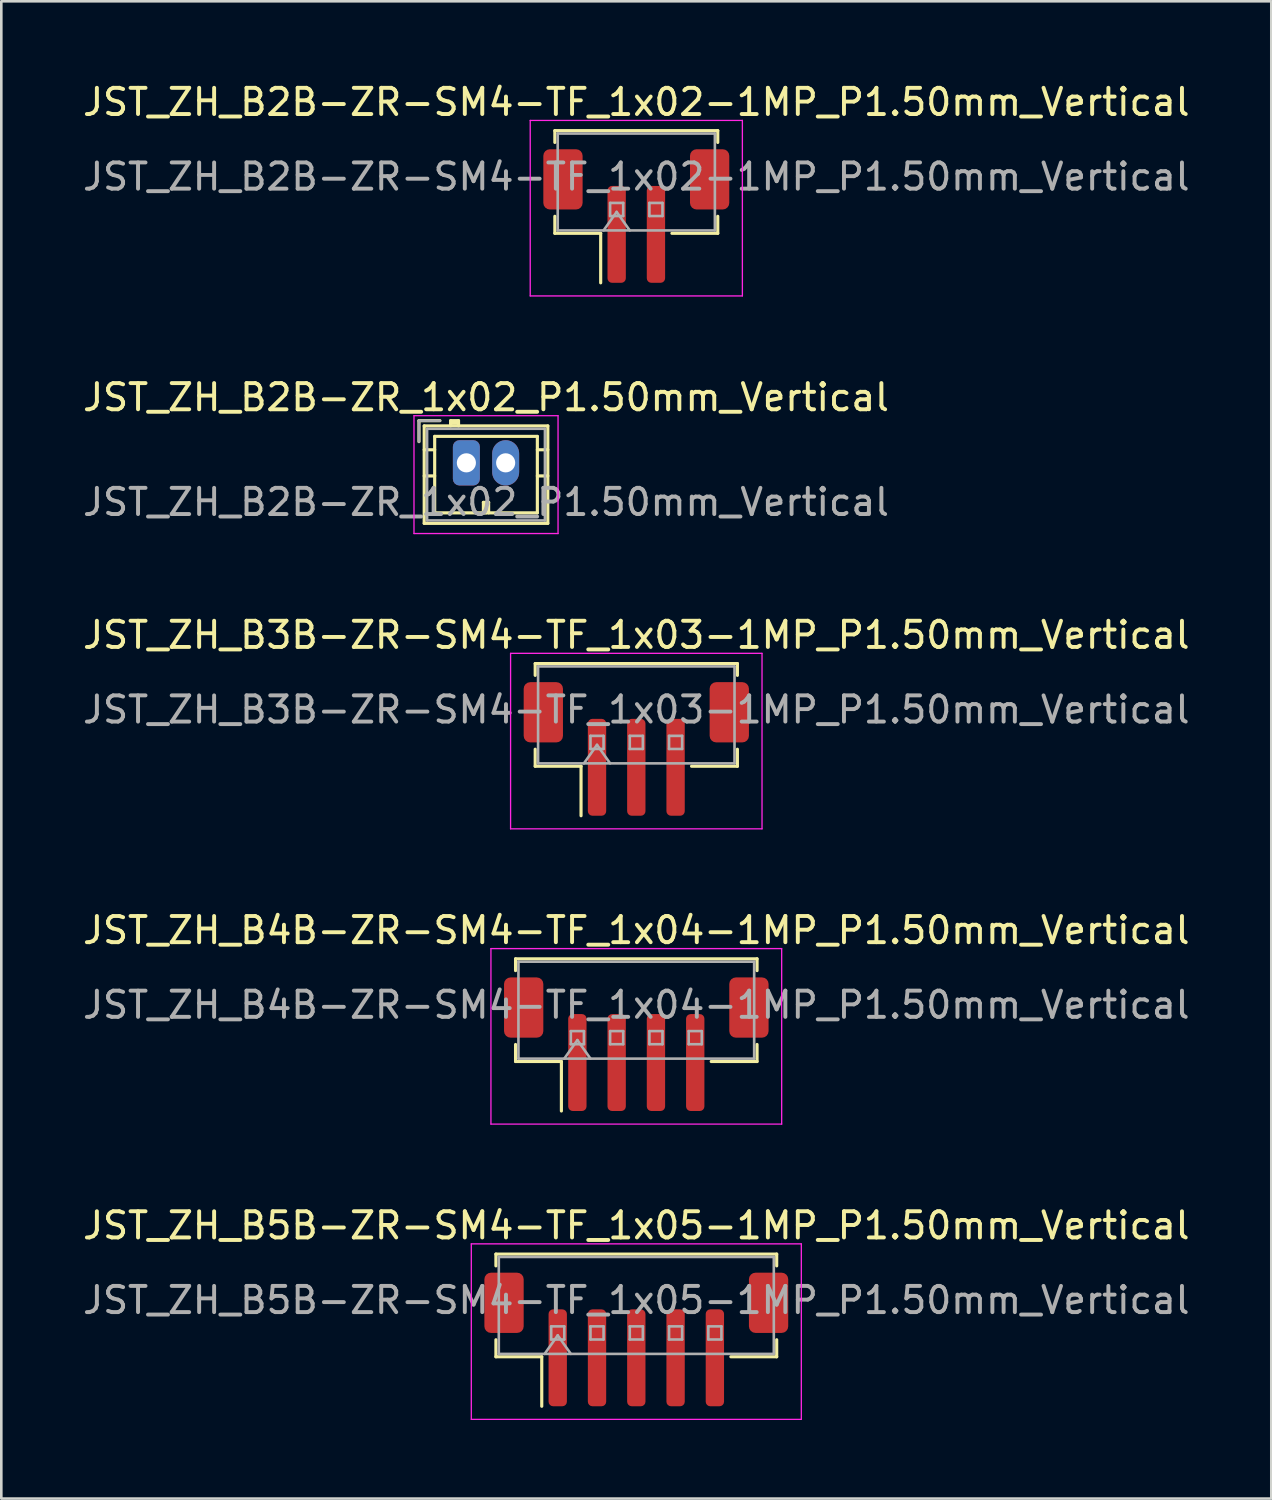
<source format=kicad_pcb>
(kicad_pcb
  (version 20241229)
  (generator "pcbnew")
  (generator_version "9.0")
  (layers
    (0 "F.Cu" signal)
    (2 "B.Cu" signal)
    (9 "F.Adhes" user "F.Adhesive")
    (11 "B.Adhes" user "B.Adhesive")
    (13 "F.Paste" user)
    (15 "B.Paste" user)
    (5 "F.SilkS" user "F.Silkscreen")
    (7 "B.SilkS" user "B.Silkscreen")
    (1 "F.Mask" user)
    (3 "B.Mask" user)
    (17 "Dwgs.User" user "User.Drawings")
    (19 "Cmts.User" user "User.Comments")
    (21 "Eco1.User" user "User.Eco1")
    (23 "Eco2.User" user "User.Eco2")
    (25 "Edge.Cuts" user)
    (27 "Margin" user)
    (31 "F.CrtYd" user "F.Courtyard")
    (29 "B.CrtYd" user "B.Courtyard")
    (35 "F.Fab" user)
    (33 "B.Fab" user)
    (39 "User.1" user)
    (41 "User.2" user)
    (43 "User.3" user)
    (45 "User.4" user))
  (footprint "JST_ZH_B2B-ZR-SM4-TF_1x02-1MP_P1.50mm_Vertical"
    (layer "F.Cu")
    (at 21.244 5.198)
    (property "Reference" "JST_ZH_B2B-ZR-SM4-TF_1x02-1MP_P1.50mm_Vertical" (at 0 -4.35 0) (layer "F.SilkS") (effects (font (size 1 1) (thickness 0.15))))
    (attr smd)
    (fp_line (start -3.11 -3.26) (end 3.11 -3.26) (stroke (width 0.12) (type solid)) (layer "F.SilkS"))
    (fp_line (start -3.11 -2.81) (end -3.11 -3.26) (stroke (width 0.12) (type solid)) (layer "F.SilkS"))
    (fp_line (start -3.11 0.01) (end -3.11 0.66) (stroke (width 0.12) (type solid)) (layer "F.SilkS"))
    (fp_line (start -3.11 0.66) (end -1.36 0.66) (stroke (width 0.12) (type solid)) (layer "F.SilkS"))
    (fp_line (start -1.36 0.66) (end -1.36 2.55) (stroke (width 0.12) (type solid)) (layer "F.SilkS"))
    (fp_line (start 3.11 -3.26) (end 3.11 -2.81) (stroke (width 0.12) (type solid)) (layer "F.SilkS"))
    (fp_line (start 3.11 0.01) (end 3.11 0.66) (stroke (width 0.12) (type solid)) (layer "F.SilkS"))
    (fp_line (start 3.11 0.66) (end 1.36 0.66) (stroke (width 0.12) (type solid)) (layer "F.SilkS"))
    (fp_line (start -4.05 -3.65) (end -4.05 3.05) (stroke (width 0.05) (type solid)) (layer "F.CrtYd"))
    (fp_line (start -4.05 3.05) (end 4.05 3.05) (stroke (width 0.05) (type solid)) (layer "F.CrtYd"))
    (fp_line (start 4.05 -3.65) (end -4.05 -3.65) (stroke (width 0.05) (type solid)) (layer "F.CrtYd"))
    (fp_line (start 4.05 3.05) (end 4.05 -3.65) (stroke (width 0.05) (type solid)) (layer "F.CrtYd"))
    (fp_line (start -3 -3.15) (end 3 -3.15) (stroke (width 0.1) (type solid)) (layer "F.Fab"))
    (fp_line (start -3 0.55) (end -3 -3.15) (stroke (width 0.1) (type solid)) (layer "F.Fab"))
    (fp_line (start -3 0.55) (end 3 0.55) (stroke (width 0.1) (type solid)) (layer "F.Fab"))
    (fp_line (start -1.25 0.55) (end -0.75 -0.157) (stroke (width 0.1) (type solid)) (layer "F.Fab"))
    (fp_line (start -1 -0.5) (end -1 0) (stroke (width 0.1) (type solid)) (layer "F.Fab"))
    (fp_line (start -1 0) (end -0.5 0) (stroke (width 0.1) (type solid)) (layer "F.Fab"))
    (fp_line (start -0.75 -0.157) (end -0.25 0.55) (stroke (width 0.1) (type solid)) (layer "F.Fab"))
    (fp_line (start -0.5 -0.5) (end -1 -0.5) (stroke (width 0.1) (type solid)) (layer "F.Fab"))
    (fp_line (start -0.5 0) (end -0.5 -0.5) (stroke (width 0.1) (type solid)) (layer "F.Fab"))
    (fp_line (start 0.5 -0.5) (end 0.5 0) (stroke (width 0.1) (type solid)) (layer "F.Fab"))
    (fp_line (start 0.5 0) (end 1 0) (stroke (width 0.1) (type solid)) (layer "F.Fab"))
    (fp_line (start 1 -0.5) (end 0.5 -0.5) (stroke (width 0.1) (type solid)) (layer "F.Fab"))
    (fp_line (start 1 0) (end 1 -0.5) (stroke (width 0.1) (type solid)) (layer "F.Fab"))
    (fp_line (start 3 0.55) (end 3 -3.15) (stroke (width 0.1) (type solid)) (layer "F.Fab"))
    (fp_text user "${REFERENCE}" (at 0 -1.5 0) (layer "F.Fab") (effects (font (size 1 1) (thickness 0.15))))
    (pad "1" smd roundrect (at -0.75 0.7) (size 0.7 3.7) (layers "F.Cu" "F.Mask" "F.Paste") (roundrect_rratio 0.25))
    (pad "2" smd roundrect (at 0.75 0.7) (size 0.7 3.7) (layers "F.Cu" "F.Mask" "F.Paste") (roundrect_rratio 0.25))
    (pad "MP" smd roundrect (at -2.8 -1.4) (size 1.5 2.3) (layers "F.Cu" "F.Mask" "F.Paste") (roundrect_rratio 0.167))
    (pad "MP" smd roundrect (at 2.8 -1.4) (size 1.5 2.3) (layers "F.Cu" "F.Mask" "F.Paste") (roundrect_rratio 0.167)))
  (footprint "JST_ZH_B3B-ZR-SM4-TF_1x03-1MP_P1.50mm_Vertical"
    (layer "F.Cu")
    (at 21.244 25.545)
    (property "Reference" "JST_ZH_B3B-ZR-SM4-TF_1x03-1MP_P1.50mm_Vertical" (at 0 -4.35 0) (layer "F.SilkS") (effects (font (size 1 1) (thickness 0.15))))
    (attr smd)
    (fp_line (start -3.86 -3.26) (end 3.86 -3.26) (stroke (width 0.12) (type solid)) (layer "F.SilkS"))
    (fp_line (start -3.86 -2.81) (end -3.86 -3.26) (stroke (width 0.12) (type solid)) (layer "F.SilkS"))
    (fp_line (start -3.86 0.01) (end -3.86 0.66) (stroke (width 0.12) (type solid)) (layer "F.SilkS"))
    (fp_line (start -3.86 0.66) (end -2.11 0.66) (stroke (width 0.12) (type solid)) (layer "F.SilkS"))
    (fp_line (start -2.11 0.66) (end -2.11 2.55) (stroke (width 0.12) (type solid)) (layer "F.SilkS"))
    (fp_line (start 3.86 -3.26) (end 3.86 -2.81) (stroke (width 0.12) (type solid)) (layer "F.SilkS"))
    (fp_line (start 3.86 0.01) (end 3.86 0.66) (stroke (width 0.12) (type solid)) (layer "F.SilkS"))
    (fp_line (start 3.86 0.66) (end 2.11 0.66) (stroke (width 0.12) (type solid)) (layer "F.SilkS"))
    (fp_line (start -4.8 -3.65) (end -4.8 3.05) (stroke (width 0.05) (type solid)) (layer "F.CrtYd"))
    (fp_line (start -4.8 3.05) (end 4.8 3.05) (stroke (width 0.05) (type solid)) (layer "F.CrtYd"))
    (fp_line (start 4.8 -3.65) (end -4.8 -3.65) (stroke (width 0.05) (type solid)) (layer "F.CrtYd"))
    (fp_line (start 4.8 3.05) (end 4.8 -3.65) (stroke (width 0.05) (type solid)) (layer "F.CrtYd"))
    (fp_line (start -3.75 -3.15) (end 3.75 -3.15) (stroke (width 0.1) (type solid)) (layer "F.Fab"))
    (fp_line (start -3.75 0.55) (end -3.75 -3.15) (stroke (width 0.1) (type solid)) (layer "F.Fab"))
    (fp_line (start -3.75 0.55) (end 3.75 0.55) (stroke (width 0.1) (type solid)) (layer "F.Fab"))
    (fp_line (start -2 0.55) (end -1.5 -0.157) (stroke (width 0.1) (type solid)) (layer "F.Fab"))
    (fp_line (start -1.75 -0.5) (end -1.75 0) (stroke (width 0.1) (type solid)) (layer "F.Fab"))
    (fp_line (start -1.75 0) (end -1.25 0) (stroke (width 0.1) (type solid)) (layer "F.Fab"))
    (fp_line (start -1.5 -0.157) (end -1 0.55) (stroke (width 0.1) (type solid)) (layer "F.Fab"))
    (fp_line (start -1.25 -0.5) (end -1.75 -0.5) (stroke (width 0.1) (type solid)) (layer "F.Fab"))
    (fp_line (start -1.25 0) (end -1.25 -0.5) (stroke (width 0.1) (type solid)) (layer "F.Fab"))
    (fp_line (start -0.25 -0.5) (end -0.25 0) (stroke (width 0.1) (type solid)) (layer "F.Fab"))
    (fp_line (start -0.25 0) (end 0.25 0) (stroke (width 0.1) (type solid)) (layer "F.Fab"))
    (fp_line (start 0.25 -0.5) (end -0.25 -0.5) (stroke (width 0.1) (type solid)) (layer "F.Fab"))
    (fp_line (start 0.25 0) (end 0.25 -0.5) (stroke (width 0.1) (type solid)) (layer "F.Fab"))
    (fp_line (start 1.25 -0.5) (end 1.25 0) (stroke (width 0.1) (type solid)) (layer "F.Fab"))
    (fp_line (start 1.25 0) (end 1.75 0) (stroke (width 0.1) (type solid)) (layer "F.Fab"))
    (fp_line (start 1.75 -0.5) (end 1.25 -0.5) (stroke (width 0.1) (type solid)) (layer "F.Fab"))
    (fp_line (start 1.75 0) (end 1.75 -0.5) (stroke (width 0.1) (type solid)) (layer "F.Fab"))
    (fp_line (start 3.75 0.55) (end 3.75 -3.15) (stroke (width 0.1) (type solid)) (layer "F.Fab"))
    (fp_text user "${REFERENCE}" (at 0 -1.5 0) (layer "F.Fab") (effects (font (size 1 1) (thickness 0.15))))
    (pad "1" smd roundrect (at -1.5 0.7) (size 0.7 3.7) (layers "F.Cu" "F.Mask" "F.Paste") (roundrect_rratio 0.25))
    (pad "2" smd roundrect (at 0 0.7) (size 0.7 3.7) (layers "F.Cu" "F.Mask" "F.Paste") (roundrect_rratio 0.25))
    (pad "3" smd roundrect (at 1.5 0.7) (size 0.7 3.7) (layers "F.Cu" "F.Mask" "F.Paste") (roundrect_rratio 0.25))
    (pad "MP" smd roundrect (at -3.55 -1.4) (size 1.5 2.3) (layers "F.Cu" "F.Mask" "F.Paste") (roundrect_rratio 0.167))
    (pad "MP" smd roundrect (at 3.55 -1.4) (size 1.5 2.3) (layers "F.Cu" "F.Mask" "F.Paste") (roundrect_rratio 0.167)))
  (footprint "JST_ZH_B4B-ZR-SM4-TF_1x04-1MP_P1.50mm_Vertical"
    (layer "F.Cu")
    (at 21.244 36.818)
    (property "Reference" "JST_ZH_B4B-ZR-SM4-TF_1x04-1MP_P1.50mm_Vertical" (at 0 -4.35 0) (layer "F.SilkS") (effects (font (size 1 1) (thickness 0.15))))
    (attr smd)
    (fp_line (start -4.61 -3.26) (end 4.61 -3.26) (stroke (width 0.12) (type solid)) (layer "F.SilkS"))
    (fp_line (start -4.61 -2.81) (end -4.61 -3.26) (stroke (width 0.12) (type solid)) (layer "F.SilkS"))
    (fp_line (start -4.61 0.01) (end -4.61 0.66) (stroke (width 0.12) (type solid)) (layer "F.SilkS"))
    (fp_line (start -4.61 0.66) (end -2.86 0.66) (stroke (width 0.12) (type solid)) (layer "F.SilkS"))
    (fp_line (start -2.86 0.66) (end -2.86 2.55) (stroke (width 0.12) (type solid)) (layer "F.SilkS"))
    (fp_line (start 4.61 -3.26) (end 4.61 -2.81) (stroke (width 0.12) (type solid)) (layer "F.SilkS"))
    (fp_line (start 4.61 0.01) (end 4.61 0.66) (stroke (width 0.12) (type solid)) (layer "F.SilkS"))
    (fp_line (start 4.61 0.66) (end 2.86 0.66) (stroke (width 0.12) (type solid)) (layer "F.SilkS"))
    (fp_line (start -5.55 -3.65) (end -5.55 3.05) (stroke (width 0.05) (type solid)) (layer "F.CrtYd"))
    (fp_line (start -5.55 3.05) (end 5.55 3.05) (stroke (width 0.05) (type solid)) (layer "F.CrtYd"))
    (fp_line (start 5.55 -3.65) (end -5.55 -3.65) (stroke (width 0.05) (type solid)) (layer "F.CrtYd"))
    (fp_line (start 5.55 3.05) (end 5.55 -3.65) (stroke (width 0.05) (type solid)) (layer "F.CrtYd"))
    (fp_line (start -4.5 -3.15) (end 4.5 -3.15) (stroke (width 0.1) (type solid)) (layer "F.Fab"))
    (fp_line (start -4.5 0.55) (end -4.5 -3.15) (stroke (width 0.1) (type solid)) (layer "F.Fab"))
    (fp_line (start -4.5 0.55) (end 4.5 0.55) (stroke (width 0.1) (type solid)) (layer "F.Fab"))
    (fp_line (start -2.75 0.55) (end -2.25 -0.157) (stroke (width 0.1) (type solid)) (layer "F.Fab"))
    (fp_line (start -2.5 -0.5) (end -2.5 0) (stroke (width 0.1) (type solid)) (layer "F.Fab"))
    (fp_line (start -2.5 0) (end -2 0) (stroke (width 0.1) (type solid)) (layer "F.Fab"))
    (fp_line (start -2.25 -0.157) (end -1.75 0.55) (stroke (width 0.1) (type solid)) (layer "F.Fab"))
    (fp_line (start -2 -0.5) (end -2.5 -0.5) (stroke (width 0.1) (type solid)) (layer "F.Fab"))
    (fp_line (start -2 0) (end -2 -0.5) (stroke (width 0.1) (type solid)) (layer "F.Fab"))
    (fp_line (start -1 -0.5) (end -1 0) (stroke (width 0.1) (type solid)) (layer "F.Fab"))
    (fp_line (start -1 0) (end -0.5 0) (stroke (width 0.1) (type solid)) (layer "F.Fab"))
    (fp_line (start -0.5 -0.5) (end -1 -0.5) (stroke (width 0.1) (type solid)) (layer "F.Fab"))
    (fp_line (start -0.5 0) (end -0.5 -0.5) (stroke (width 0.1) (type solid)) (layer "F.Fab"))
    (fp_line (start 0.5 -0.5) (end 0.5 0) (stroke (width 0.1) (type solid)) (layer "F.Fab"))
    (fp_line (start 0.5 0) (end 1 0) (stroke (width 0.1) (type solid)) (layer "F.Fab"))
    (fp_line (start 1 -0.5) (end 0.5 -0.5) (stroke (width 0.1) (type solid)) (layer "F.Fab"))
    (fp_line (start 1 0) (end 1 -0.5) (stroke (width 0.1) (type solid)) (layer "F.Fab"))
    (fp_line (start 2 -0.5) (end 2 0) (stroke (width 0.1) (type solid)) (layer "F.Fab"))
    (fp_line (start 2 0) (end 2.5 0) (stroke (width 0.1) (type solid)) (layer "F.Fab"))
    (fp_line (start 2.5 -0.5) (end 2 -0.5) (stroke (width 0.1) (type solid)) (layer "F.Fab"))
    (fp_line (start 2.5 0) (end 2.5 -0.5) (stroke (width 0.1) (type solid)) (layer "F.Fab"))
    (fp_line (start 4.5 0.55) (end 4.5 -3.15) (stroke (width 0.1) (type solid)) (layer "F.Fab"))
    (fp_text user "${REFERENCE}" (at 0 -1.5 0) (layer "F.Fab") (effects (font (size 1 1) (thickness 0.15))))
    (pad "1" smd roundrect (at -2.25 0.7) (size 0.7 3.7) (layers "F.Cu" "F.Mask" "F.Paste") (roundrect_rratio 0.25))
    (pad "2" smd roundrect (at -0.75 0.7) (size 0.7 3.7) (layers "F.Cu" "F.Mask" "F.Paste") (roundrect_rratio 0.25))
    (pad "3" smd roundrect (at 0.75 0.7) (size 0.7 3.7) (layers "F.Cu" "F.Mask" "F.Paste") (roundrect_rratio 0.25))
    (pad "4" smd roundrect (at 2.25 0.7) (size 0.7 3.7) (layers "F.Cu" "F.Mask" "F.Paste") (roundrect_rratio 0.25))
    (pad "MP" smd roundrect (at -4.3 -1.4) (size 1.5 2.3) (layers "F.Cu" "F.Mask" "F.Paste") (roundrect_rratio 0.167))
    (pad "MP" smd roundrect (at 4.3 -1.4) (size 1.5 2.3) (layers "F.Cu" "F.Mask" "F.Paste") (roundrect_rratio 0.167)))
  (footprint "JST_ZH_B2B-ZR_1x02_P1.50mm_Vertical"
    (layer "F.Cu")
    (at 14.756 14.621)
    (property "Reference" "JST_ZH_B2B-ZR_1x02_P1.50mm_Vertical" (at 0.75 -2.5 0) (layer "F.SilkS") (effects (font (size 1 1) (thickness 0.15))))
    (attr through_hole)
    (fp_line (start -1.81 -1.61) (end -1.81 -0.81) (stroke (width 0.12) (type solid)) (layer "F.SilkS"))
    (fp_line (start -1.61 -1.41) (end -1.61 2.31) (stroke (width 0.12) (type solid)) (layer "F.SilkS"))
    (fp_line (start -1.61 -0.5) (end -1.21 -0.5) (stroke (width 0.12) (type solid)) (layer "F.SilkS"))
    (fp_line (start -1.61 0.5) (end -1.21 0.5) (stroke (width 0.12) (type solid)) (layer "F.SilkS"))
    (fp_line (start -1.61 2.31) (end 3.11 2.31) (stroke (width 0.12) (type solid)) (layer "F.SilkS"))
    (fp_line (start -1.21 -1.01) (end -1.21 1.91) (stroke (width 0.12) (type solid)) (layer "F.SilkS"))
    (fp_line (start -1.21 1.91) (end 2.71 1.91) (stroke (width 0.12) (type solid)) (layer "F.SilkS"))
    (fp_line (start -1.01 -1.61) (end -1.81 -1.61) (stroke (width 0.12) (type solid)) (layer "F.SilkS"))
    (fp_line (start -0.6 -1.61) (end -0.6 -1.41) (stroke (width 0.12) (type solid)) (layer "F.SilkS"))
    (fp_line (start -0.3 -1.61) (end -0.6 -1.61) (stroke (width 0.12) (type solid)) (layer "F.SilkS"))
    (fp_line (start -0.3 -1.51) (end -0.6 -1.51) (stroke (width 0.12) (type solid)) (layer "F.SilkS"))
    (fp_line (start -0.3 -1.41) (end -0.3 -1.61) (stroke (width 0.12) (type solid)) (layer "F.SilkS"))
    (fp_line (start 0.65 1.51) (end 0.85 1.51) (stroke (width 0.12) (type solid)) (layer "F.SilkS"))
    (fp_line (start 0.65 1.91) (end 0.65 1.51) (stroke (width 0.12) (type solid)) (layer "F.SilkS"))
    (fp_line (start 0.75 1.91) (end 0.75 1.51) (stroke (width 0.12) (type solid)) (layer "F.SilkS"))
    (fp_line (start 0.85 1.51) (end 0.85 1.91) (stroke (width 0.12) (type solid)) (layer "F.SilkS"))
    (fp_line (start 2.71 -1.01) (end -1.21 -1.01) (stroke (width 0.12) (type solid)) (layer "F.SilkS"))
    (fp_line (start 2.71 1.91) (end 2.71 -1.01) (stroke (width 0.12) (type solid)) (layer "F.SilkS"))
    (fp_line (start 3.11 -1.41) (end -1.61 -1.41) (stroke (width 0.12) (type solid)) (layer "F.SilkS"))
    (fp_line (start 3.11 -0.5) (end 2.71 -0.5) (stroke (width 0.12) (type solid)) (layer "F.SilkS"))
    (fp_line (start 3.11 0.5) (end 2.71 0.5) (stroke (width 0.12) (type solid)) (layer "F.SilkS"))
    (fp_line (start 3.11 2.31) (end 3.11 -1.41) (stroke (width 0.12) (type solid)) (layer "F.SilkS"))
    (fp_line (start -2 -1.8) (end -2 2.7) (stroke (width 0.05) (type solid)) (layer "F.CrtYd"))
    (fp_line (start -2 2.7) (end 3.5 2.7) (stroke (width 0.05) (type solid)) (layer "F.CrtYd"))
    (fp_line (start 3.5 -1.8) (end -2 -1.8) (stroke (width 0.05) (type solid)) (layer "F.CrtYd"))
    (fp_line (start 3.5 2.7) (end 3.5 -1.8) (stroke (width 0.05) (type solid)) (layer "F.CrtYd"))
    (fp_line (start -1.81 -1.61) (end -1.81 -0.81) (stroke (width 0.1) (type solid)) (layer "F.Fab"))
    (fp_line (start -1.5 -1.3) (end -1.5 2.2) (stroke (width 0.1) (type solid)) (layer "F.Fab"))
    (fp_line (start -1.5 2.2) (end 3 2.2) (stroke (width 0.1) (type solid)) (layer "F.Fab"))
    (fp_line (start -1.01 -1.61) (end -1.81 -1.61) (stroke (width 0.1) (type solid)) (layer "F.Fab"))
    (fp_line (start 3 -1.3) (end -1.5 -1.3) (stroke (width 0.1) (type solid)) (layer "F.Fab"))
    (fp_line (start 3 2.2) (end 3 -1.3) (stroke (width 0.1) (type solid)) (layer "F.Fab"))
    (fp_text user "${REFERENCE}" (at 0.75 1.5 0) (layer "F.Fab") (effects (font (size 1 1) (thickness 0.15))))
    (pad "1" thru_hole roundrect (at 0 0) (size 1.03 1.73) (drill 0.73) (layers "*.Cu" "*.Mask") (roundrect_rratio 0.243))
    (pad "2" thru_hole oval (at 1.5 0) (size 1.03 1.73) (drill 0.73) (layers "*.Cu" "*.Mask")))
  (footprint "JST_ZH_B5B-ZR-SM4-TF_1x05-1MP_P1.50mm_Vertical"
    (layer "F.Cu")
    (at 21.244 48.091)
    (property "Reference" "JST_ZH_B5B-ZR-SM4-TF_1x05-1MP_P1.50mm_Vertical" (at 0 -4.35 0) (layer "F.SilkS") (effects (font (size 1 1) (thickness 0.15))))
    (attr smd)
    (fp_line (start -5.36 -3.26) (end 5.36 -3.26) (stroke (width 0.12) (type solid)) (layer "F.SilkS"))
    (fp_line (start -5.36 -2.81) (end -5.36 -3.26) (stroke (width 0.12) (type solid)) (layer "F.SilkS"))
    (fp_line (start -5.36 0.01) (end -5.36 0.66) (stroke (width 0.12) (type solid)) (layer "F.SilkS"))
    (fp_line (start -5.36 0.66) (end -3.61 0.66) (stroke (width 0.12) (type solid)) (layer "F.SilkS"))
    (fp_line (start -3.61 0.66) (end -3.61 2.55) (stroke (width 0.12) (type solid)) (layer "F.SilkS"))
    (fp_line (start 5.36 -3.26) (end 5.36 -2.81) (stroke (width 0.12) (type solid)) (layer "F.SilkS"))
    (fp_line (start 5.36 0.01) (end 5.36 0.66) (stroke (width 0.12) (type solid)) (layer "F.SilkS"))
    (fp_line (start 5.36 0.66) (end 3.61 0.66) (stroke (width 0.12) (type solid)) (layer "F.SilkS"))
    (fp_line (start -6.3 -3.65) (end -6.3 3.05) (stroke (width 0.05) (type solid)) (layer "F.CrtYd"))
    (fp_line (start -6.3 3.05) (end 6.3 3.05) (stroke (width 0.05) (type solid)) (layer "F.CrtYd"))
    (fp_line (start 6.3 -3.65) (end -6.3 -3.65) (stroke (width 0.05) (type solid)) (layer "F.CrtYd"))
    (fp_line (start 6.3 3.05) (end 6.3 -3.65) (stroke (width 0.05) (type solid)) (layer "F.CrtYd"))
    (fp_line (start -5.25 -3.15) (end 5.25 -3.15) (stroke (width 0.1) (type solid)) (layer "F.Fab"))
    (fp_line (start -5.25 0.55) (end -5.25 -3.15) (stroke (width 0.1) (type solid)) (layer "F.Fab"))
    (fp_line (start -5.25 0.55) (end 5.25 0.55) (stroke (width 0.1) (type solid)) (layer "F.Fab"))
    (fp_line (start -3.5 0.55) (end -3 -0.157) (stroke (width 0.1) (type solid)) (layer "F.Fab"))
    (fp_line (start -3.25 -0.5) (end -3.25 0) (stroke (width 0.1) (type solid)) (layer "F.Fab"))
    (fp_line (start -3.25 0) (end -2.75 0) (stroke (width 0.1) (type solid)) (layer "F.Fab"))
    (fp_line (start -3 -0.157) (end -2.5 0.55) (stroke (width 0.1) (type solid)) (layer "F.Fab"))
    (fp_line (start -2.75 -0.5) (end -3.25 -0.5) (stroke (width 0.1) (type solid)) (layer "F.Fab"))
    (fp_line (start -2.75 0) (end -2.75 -0.5) (stroke (width 0.1) (type solid)) (layer "F.Fab"))
    (fp_line (start -1.75 -0.5) (end -1.75 0) (stroke (width 0.1) (type solid)) (layer "F.Fab"))
    (fp_line (start -1.75 0) (end -1.25 0) (stroke (width 0.1) (type solid)) (layer "F.Fab"))
    (fp_line (start -1.25 -0.5) (end -1.75 -0.5) (stroke (width 0.1) (type solid)) (layer "F.Fab"))
    (fp_line (start -1.25 0) (end -1.25 -0.5) (stroke (width 0.1) (type solid)) (layer "F.Fab"))
    (fp_line (start -0.25 -0.5) (end -0.25 0) (stroke (width 0.1) (type solid)) (layer "F.Fab"))
    (fp_line (start -0.25 0) (end 0.25 0) (stroke (width 0.1) (type solid)) (layer "F.Fab"))
    (fp_line (start 0.25 -0.5) (end -0.25 -0.5) (stroke (width 0.1) (type solid)) (layer "F.Fab"))
    (fp_line (start 0.25 0) (end 0.25 -0.5) (stroke (width 0.1) (type solid)) (layer "F.Fab"))
    (fp_line (start 1.25 -0.5) (end 1.25 0) (stroke (width 0.1) (type solid)) (layer "F.Fab"))
    (fp_line (start 1.25 0) (end 1.75 0) (stroke (width 0.1) (type solid)) (layer "F.Fab"))
    (fp_line (start 1.75 -0.5) (end 1.25 -0.5) (stroke (width 0.1) (type solid)) (layer "F.Fab"))
    (fp_line (start 1.75 0) (end 1.75 -0.5) (stroke (width 0.1) (type solid)) (layer "F.Fab"))
    (fp_line (start 2.75 -0.5) (end 2.75 0) (stroke (width 0.1) (type solid)) (layer "F.Fab"))
    (fp_line (start 2.75 0) (end 3.25 0) (stroke (width 0.1) (type solid)) (layer "F.Fab"))
    (fp_line (start 3.25 -0.5) (end 2.75 -0.5) (stroke (width 0.1) (type solid)) (layer "F.Fab"))
    (fp_line (start 3.25 0) (end 3.25 -0.5) (stroke (width 0.1) (type solid)) (layer "F.Fab"))
    (fp_line (start 5.25 0.55) (end 5.25 -3.15) (stroke (width 0.1) (type solid)) (layer "F.Fab"))
    (fp_text user "${REFERENCE}" (at 0 -1.5 0) (layer "F.Fab") (effects (font (size 1 1) (thickness 0.15))))
    (pad "1" smd roundrect (at -3 0.7) (size 0.7 3.7) (layers "F.Cu" "F.Mask" "F.Paste") (roundrect_rratio 0.25))
    (pad "2" smd roundrect (at -1.5 0.7) (size 0.7 3.7) (layers "F.Cu" "F.Mask" "F.Paste") (roundrect_rratio 0.25))
    (pad "3" smd roundrect (at 0 0.7) (size 0.7 3.7) (layers "F.Cu" "F.Mask" "F.Paste") (roundrect_rratio 0.25))
    (pad "4" smd roundrect (at 1.5 0.7) (size 0.7 3.7) (layers "F.Cu" "F.Mask" "F.Paste") (roundrect_rratio 0.25))
    (pad "5" smd roundrect (at 3 0.7) (size 0.7 3.7) (layers "F.Cu" "F.Mask" "F.Paste") (roundrect_rratio 0.25))
    (pad "MP" smd roundrect (at -5.05 -1.4) (size 1.5 2.3) (layers "F.Cu" "F.Mask" "F.Paste") (roundrect_rratio 0.167))
    (pad "MP" smd roundrect (at 5.05 -1.4) (size 1.5 2.3) (layers "F.Cu" "F.Mask" "F.Paste") (roundrect_rratio 0.167)))
  (gr_rect
    (start -3 -3)
    (end 45.488 54.166)
    (stroke (width 0.1) (type default))
    (fill no)
    (layer "Edge.Cuts")))
</source>
